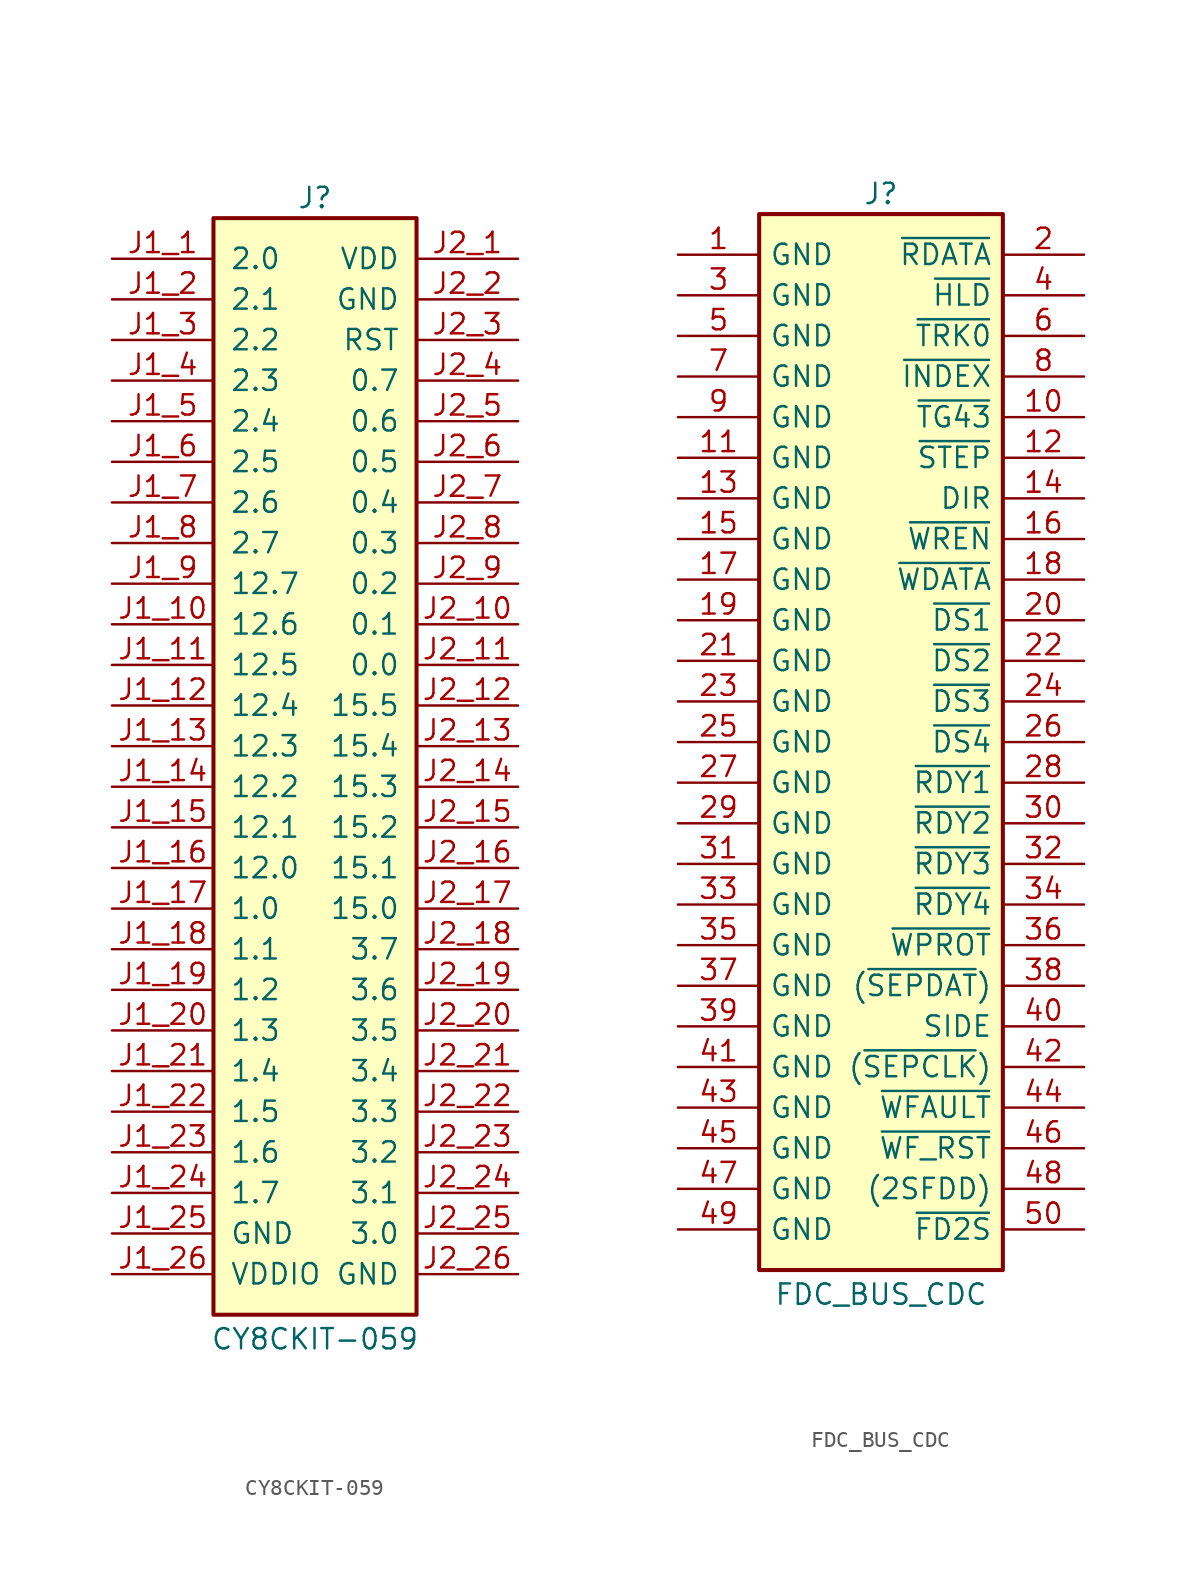
<source format=kicad_sym>
(kicad_symbol_lib
  (version 20231120)
  (generator "kicad_symbol_editor")
  (generator_version "8.0")
  (symbol "CY8CKIT-059"
    (pin_names
      (offset 1.016))
    (property "Reference" "J"
      (at 0 34.29 0)
      (effects (font (size 1.27 1.27))))
    (property "Value" "CY8CKIT-059"
      (at 0 -37.084 0)
      (effects (font (size 1.27 1.27))))
    (symbol "CY8CKIT-059_1_1"
      (rectangle (start -6.35 33.02) (end 6.35 -35.56) (stroke (width 0.254) (type default)) (fill (type background)))
      (pin passive line (at -12.7 30.48 0) (length 6.35) (name "2.0" (effects (font (size 1.27 1.27)))) (number "J1_1" (effects (font (size 1.27 1.27)))))
      (pin passive line (at -12.7 7.62 0) (length 6.35) (name "12.6" (effects (font (size 1.27 1.27)))) (number "J1_10" (effects (font (size 1.27 1.27)))))
      (pin passive line (at -12.7 5.08 0) (length 6.35) (name "12.5" (effects (font (size 1.27 1.27)))) (number "J1_11" (effects (font (size 1.27 1.27)))))
      (pin passive line (at -12.7 2.54 0) (length 6.35) (name "12.4" (effects (font (size 1.27 1.27)))) (number "J1_12" (effects (font (size 1.27 1.27)))))
      (pin passive line (at -12.7 0 0) (length 6.35) (name "12.3" (effects (font (size 1.27 1.27)))) (number "J1_13" (effects (font (size 1.27 1.27)))))
      (pin passive line (at -12.7 -2.54 0) (length 6.35) (name "12.2" (effects (font (size 1.27 1.27)))) (number "J1_14" (effects (font (size 1.27 1.27)))))
      (pin passive line (at -12.7 -5.08 0) (length 6.35) (name "12.1" (effects (font (size 1.27 1.27)))) (number "J1_15" (effects (font (size 1.27 1.27)))))
      (pin passive line (at -12.7 -7.62 0) (length 6.35) (name "12.0" (effects (font (size 1.27 1.27)))) (number "J1_16" (effects (font (size 1.27 1.27)))))
      (pin passive line (at -12.7 -10.16 0) (length 6.35) (name "1.0" (effects (font (size 1.27 1.27)))) (number "J1_17" (effects (font (size 1.27 1.27)))))
      (pin passive line (at -12.7 -12.7 0) (length 6.35) (name "1.1" (effects (font (size 1.27 1.27)))) (number "J1_18" (effects (font (size 1.27 1.27)))))
      (pin passive line (at -12.7 -15.24 0) (length 6.35) (name "1.2" (effects (font (size 1.27 1.27)))) (number "J1_19" (effects (font (size 1.27 1.27)))))
      (pin passive line (at -12.7 27.94 0) (length 6.35) (name "2.1" (effects (font (size 1.27 1.27)))) (number "J1_2" (effects (font (size 1.27 1.27)))))
      (pin passive line (at -12.7 -17.78 0) (length 6.35) (name "1.3" (effects (font (size 1.27 1.27)))) (number "J1_20" (effects (font (size 1.27 1.27)))))
      (pin passive line (at -12.7 -20.32 0) (length 6.35) (name "1.4" (effects (font (size 1.27 1.27)))) (number "J1_21" (effects (font (size 1.27 1.27)))))
      (pin passive line (at -12.7 -22.86 0) (length 6.35) (name "1.5" (effects (font (size 1.27 1.27)))) (number "J1_22" (effects (font (size 1.27 1.27)))))
      (pin passive line (at -12.7 -25.4 0) (length 6.35) (name "1.6" (effects (font (size 1.27 1.27)))) (number "J1_23" (effects (font (size 1.27 1.27)))))
      (pin passive line (at -12.7 -27.94 0) (length 6.35) (name "1.7" (effects (font (size 1.27 1.27)))) (number "J1_24" (effects (font (size 1.27 1.27)))))
      (pin passive line (at -12.7 -30.48 0) (length 6.35) (name "GND" (effects (font (size 1.27 1.27)))) (number "J1_25" (effects (font (size 1.27 1.27)))))
      (pin passive line (at -12.7 -33.02 0) (length 6.35) (name "VDDIO" (effects (font (size 1.27 1.27)))) (number "J1_26" (effects (font (size 1.27 1.27)))))
      (pin passive line (at -12.7 25.4 0) (length 6.35) (name "2.2" (effects (font (size 1.27 1.27)))) (number "J1_3" (effects (font (size 1.27 1.27)))))
      (pin passive line (at -12.7 22.86 0) (length 6.35) (name "2.3" (effects (font (size 1.27 1.27)))) (number "J1_4" (effects (font (size 1.27 1.27)))))
      (pin passive line (at -12.7 20.32 0) (length 6.35) (name "2.4" (effects (font (size 1.27 1.27)))) (number "J1_5" (effects (font (size 1.27 1.27)))))
      (pin passive line (at -12.7 17.78 0) (length 6.35) (name "2.5" (effects (font (size 1.27 1.27)))) (number "J1_6" (effects (font (size 1.27 1.27)))))
      (pin passive line (at -12.7 15.24 0) (length 6.35) (name "2.6" (effects (font (size 1.27 1.27)))) (number "J1_7" (effects (font (size 1.27 1.27)))))
      (pin passive line (at -12.7 12.7 0) (length 6.35) (name "2.7" (effects (font (size 1.27 1.27)))) (number "J1_8" (effects (font (size 1.27 1.27)))))
      (pin passive line (at -12.7 10.16 0) (length 6.35) (name "12.7" (effects (font (size 1.27 1.27)))) (number "J1_9" (effects (font (size 1.27 1.27)))))
      (pin passive line (at 12.7 30.48 180) (length 6.35) (name "VDD" (effects (font (size 1.27 1.27)))) (number "J2_1" (effects (font (size 1.27 1.27)))))
      (pin passive line (at 12.7 7.62 180) (length 6.35) (name "0.1" (effects (font (size 1.27 1.27)))) (number "J2_10" (effects (font (size 1.27 1.27)))))
      (pin passive line (at 12.7 5.08 180) (length 6.35) (name "0.0" (effects (font (size 1.27 1.27)))) (number "J2_11" (effects (font (size 1.27 1.27)))))
      (pin passive line (at 12.7 2.54 180) (length 6.35) (name "15.5" (effects (font (size 1.27 1.27)))) (number "J2_12" (effects (font (size 1.27 1.27)))))
      (pin passive line (at 12.7 0 180) (length 6.35) (name "15.4" (effects (font (size 1.27 1.27)))) (number "J2_13" (effects (font (size 1.27 1.27)))))
      (pin passive line (at 12.7 -2.54 180) (length 6.35) (name "15.3" (effects (font (size 1.27 1.27)))) (number "J2_14" (effects (font (size 1.27 1.27)))))
      (pin passive line (at 12.7 -5.08 180) (length 6.35) (name "15.2" (effects (font (size 1.27 1.27)))) (number "J2_15" (effects (font (size 1.27 1.27)))))
      (pin passive line (at 12.7 -7.62 180) (length 6.35) (name "15.1" (effects (font (size 1.27 1.27)))) (number "J2_16" (effects (font (size 1.27 1.27)))))
      (pin passive line (at 12.7 -10.16 180) (length 6.35) (name "15.0" (effects (font (size 1.27 1.27)))) (number "J2_17" (effects (font (size 1.27 1.27)))))
      (pin passive line (at 12.7 -12.7 180) (length 6.35) (name "3.7" (effects (font (size 1.27 1.27)))) (number "J2_18" (effects (font (size 1.27 1.27)))))
      (pin passive line (at 12.7 -15.24 180) (length 6.35) (name "3.6" (effects (font (size 1.27 1.27)))) (number "J2_19" (effects (font (size 1.27 1.27)))))
      (pin passive line (at 12.7 27.94 180) (length 6.35) (name "GND" (effects (font (size 1.27 1.27)))) (number "J2_2" (effects (font (size 1.27 1.27)))))
      (pin passive line (at 12.7 -17.78 180) (length 6.35) (name "3.5" (effects (font (size 1.27 1.27)))) (number "J2_20" (effects (font (size 1.27 1.27)))))
      (pin passive line (at 12.7 -20.32 180) (length 6.35) (name "3.4" (effects (font (size 1.27 1.27)))) (number "J2_21" (effects (font (size 1.27 1.27)))))
      (pin passive line (at 12.7 -22.86 180) (length 6.35) (name "3.3" (effects (font (size 1.27 1.27)))) (number "J2_22" (effects (font (size 1.27 1.27)))))
      (pin passive line (at 12.7 -25.4 180) (length 6.35) (name "3.2" (effects (font (size 1.27 1.27)))) (number "J2_23" (effects (font (size 1.27 1.27)))))
      (pin passive line (at 12.7 -27.94 180) (length 6.35) (name "3.1" (effects (font (size 1.27 1.27)))) (number "J2_24" (effects (font (size 1.27 1.27)))))
      (pin passive line (at 12.7 -30.48 180) (length 6.35) (name "3.0" (effects (font (size 1.27 1.27)))) (number "J2_25" (effects (font (size 1.27 1.27)))))
      (pin passive line (at 12.7 -33.02 180) (length 6.35) (name "GND" (effects (font (size 1.27 1.27)))) (number "J2_26" (effects (font (size 1.27 1.27)))))
      (pin passive line (at 12.7 25.4 180) (length 6.35) (name "RST" (effects (font (size 1.27 1.27)))) (number "J2_3" (effects (font (size 1.27 1.27)))))
      (pin passive line (at 12.7 22.86 180) (length 6.35) (name "0.7" (effects (font (size 1.27 1.27)))) (number "J2_4" (effects (font (size 1.27 1.27)))))
      (pin passive line (at 12.7 20.32 180) (length 6.35) (name "0.6" (effects (font (size 1.27 1.27)))) (number "J2_5" (effects (font (size 1.27 1.27)))))
      (pin passive line (at 12.7 17.78 180) (length 6.35) (name "0.5" (effects (font (size 1.27 1.27)))) (number "J2_6" (effects (font (size 1.27 1.27)))))
      (pin passive line (at 12.7 15.24 180) (length 6.35) (name "0.4" (effects (font (size 1.27 1.27)))) (number "J2_7" (effects (font (size 1.27 1.27)))))
      (pin passive line (at 12.7 12.7 180) (length 6.35) (name "0.3" (effects (font (size 1.27 1.27)))) (number "J2_8" (effects (font (size 1.27 1.27)))))
      (pin passive line (at 12.7 10.16 180) (length 6.35) (name "0.2" (effects (font (size 1.27 1.27)))) (number "J2_9" (effects (font (size 1.27 1.27)))))))
  (symbol "FDC_BUS_CDC"
    (pin_names
      (offset 0.635))
    (property "Reference" "J"
      (at 0 31.75 0)
      (effects (font (size 1.27 1.27))))
    (property "Value" "FDC_BUS_CDC"
      (at 0 -37.084 0)
      (effects (font (size 1.27 1.27))))
    (symbol "FDC_BUS_CDC_1_1"
      (rectangle (start -7.62 30.48) (end 7.62 -35.56) (stroke (width 0.254) (type default)) (fill (type background)))
      (pin passive line (at -12.7 27.94 0) (length 5.08) (name "GND" (effects (font (size 1.27 1.27)))) (number "1" (effects (font (size 1.27 1.27)))))
      (pin passive line (at 12.7 17.78 180) (length 5.08) (name "~{TG43}" (effects (font (size 1.27 1.27)))) (number "10" (effects (font (size 1.27 1.27)))))
      (pin passive line (at -12.7 15.24 0) (length 5.08) (name "GND" (effects (font (size 1.27 1.27)))) (number "11" (effects (font (size 1.27 1.27)))))
      (pin passive line (at 12.7 15.24 180) (length 5.08) (name "~{STEP}" (effects (font (size 1.27 1.27)))) (number "12" (effects (font (size 1.27 1.27)))))
      (pin passive line (at -12.7 12.7 0) (length 5.08) (name "GND" (effects (font (size 1.27 1.27)))) (number "13" (effects (font (size 1.27 1.27)))))
      (pin passive line (at 12.7 12.7 180) (length 5.08) (name "DIR" (effects (font (size 1.27 1.27)))) (number "14" (effects (font (size 1.27 1.27)))))
      (pin passive line (at -12.7 10.16 0) (length 5.08) (name "GND" (effects (font (size 1.27 1.27)))) (number "15" (effects (font (size 1.27 1.27)))))
      (pin passive line (at 12.7 10.16 180) (length 5.08) (name "~{WREN}" (effects (font (size 1.27 1.27)))) (number "16" (effects (font (size 1.27 1.27)))))
      (pin passive line (at -12.7 7.62 0) (length 5.08) (name "GND" (effects (font (size 1.27 1.27)))) (number "17" (effects (font (size 1.27 1.27)))))
      (pin passive line (at 12.7 7.62 180) (length 5.08) (name "~{WDATA}" (effects (font (size 1.27 1.27)))) (number "18" (effects (font (size 1.27 1.27)))))
      (pin passive line (at -12.7 5.08 0) (length 5.08) (name "GND" (effects (font (size 1.27 1.27)))) (number "19" (effects (font (size 1.27 1.27)))))
      (pin passive line (at 12.7 27.94 180) (length 5.08) (name "~{RDATA}" (effects (font (size 1.27 1.27)))) (number "2" (effects (font (size 1.27 1.27)))))
      (pin passive line (at 12.7 5.08 180) (length 5.08) (name "~{DS1}" (effects (font (size 1.27 1.27)))) (number "20" (effects (font (size 1.27 1.27)))))
      (pin passive line (at -12.7 2.54 0) (length 5.08) (name "GND" (effects (font (size 1.27 1.27)))) (number "21" (effects (font (size 1.27 1.27)))))
      (pin passive line (at 12.7 2.54 180) (length 5.08) (name "~{DS2}" (effects (font (size 1.27 1.27)))) (number "22" (effects (font (size 1.27 1.27)))))
      (pin passive line (at -12.7 0 0) (length 5.08) (name "GND" (effects (font (size 1.27 1.27)))) (number "23" (effects (font (size 1.27 1.27)))))
      (pin passive line (at 12.7 0 180) (length 5.08) (name "~{DS3}" (effects (font (size 1.27 1.27)))) (number "24" (effects (font (size 1.27 1.27)))))
      (pin passive line (at -12.7 -2.54 0) (length 5.08) (name "GND" (effects (font (size 1.27 1.27)))) (number "25" (effects (font (size 1.27 1.27)))))
      (pin passive line (at 12.7 -2.54 180) (length 5.08) (name "~{DS4}" (effects (font (size 1.27 1.27)))) (number "26" (effects (font (size 1.27 1.27)))))
      (pin passive line (at -12.7 -5.08 0) (length 5.08) (name "GND" (effects (font (size 1.27 1.27)))) (number "27" (effects (font (size 1.27 1.27)))))
      (pin passive line (at 12.7 -5.08 180) (length 5.08) (name "~{RDY1}" (effects (font (size 1.27 1.27)))) (number "28" (effects (font (size 1.27 1.27)))))
      (pin passive line (at -12.7 -7.62 0) (length 5.08) (name "GND" (effects (font (size 1.27 1.27)))) (number "29" (effects (font (size 1.27 1.27)))))
      (pin passive line (at -12.7 25.4 0) (length 5.08) (name "GND" (effects (font (size 1.27 1.27)))) (number "3" (effects (font (size 1.27 1.27)))))
      (pin passive line (at 12.7 -7.62 180) (length 5.08) (name "~{RDY2}" (effects (font (size 1.27 1.27)))) (number "30" (effects (font (size 1.27 1.27)))))
      (pin passive line (at -12.7 -10.16 0) (length 5.08) (name "GND" (effects (font (size 1.27 1.27)))) (number "31" (effects (font (size 1.27 1.27)))))
      (pin passive line (at 12.7 -10.16 180) (length 5.08) (name "~{RDY3}" (effects (font (size 1.27 1.27)))) (number "32" (effects (font (size 1.27 1.27)))))
      (pin passive line (at -12.7 -12.7 0) (length 5.08) (name "GND" (effects (font (size 1.27 1.27)))) (number "33" (effects (font (size 1.27 1.27)))))
      (pin passive line (at 12.7 -12.7 180) (length 5.08) (name "~{RDY4}" (effects (font (size 1.27 1.27)))) (number "34" (effects (font (size 1.27 1.27)))))
      (pin passive line (at -12.7 -15.24 0) (length 5.08) (name "GND" (effects (font (size 1.27 1.27)))) (number "35" (effects (font (size 1.27 1.27)))))
      (pin passive line (at 12.7 -15.24 180) (length 5.08) (name "~{WPROT}" (effects (font (size 1.27 1.27)))) (number "36" (effects (font (size 1.27 1.27)))))
      (pin passive line (at -12.7 -17.78 0) (length 5.08) (name "GND" (effects (font (size 1.27 1.27)))) (number "37" (effects (font (size 1.27 1.27)))))
      (pin passive line (at 12.7 -17.78 180) (length 5.08) (name "(~{SEPDAT})" (effects (font (size 1.27 1.27)))) (number "38" (effects (font (size 1.27 1.27)))))
      (pin passive line (at -12.7 -20.32 0) (length 5.08) (name "GND" (effects (font (size 1.27 1.27)))) (number "39" (effects (font (size 1.27 1.27)))))
      (pin passive line (at 12.7 25.4 180) (length 5.08) (name "~{HLD}" (effects (font (size 1.27 1.27)))) (number "4" (effects (font (size 1.27 1.27)))))
      (pin passive line (at 12.7 -20.32 180) (length 5.08) (name "SIDE" (effects (font (size 1.27 1.27)))) (number "40" (effects (font (size 1.27 1.27)))))
      (pin passive line (at -12.7 -22.86 0) (length 5.08) (name "GND" (effects (font (size 1.27 1.27)))) (number "41" (effects (font (size 1.27 1.27)))))
      (pin passive line (at 12.7 -22.86 180) (length 5.08) (name "(~{SEPCLK})" (effects (font (size 1.27 1.27)))) (number "42" (effects (font (size 1.27 1.27)))))
      (pin passive line (at -12.7 -25.4 0) (length 5.08) (name "GND" (effects (font (size 1.27 1.27)))) (number "43" (effects (font (size 1.27 1.27)))))
      (pin passive line (at 12.7 -25.4 180) (length 5.08) (name "~{WFAULT}" (effects (font (size 1.27 1.27)))) (number "44" (effects (font (size 1.27 1.27)))))
      (pin passive line (at -12.7 -27.94 0) (length 5.08) (name "GND" (effects (font (size 1.27 1.27)))) (number "45" (effects (font (size 1.27 1.27)))))
      (pin passive line (at 12.7 -27.94 180) (length 5.08) (name "~{WF_RST}" (effects (font (size 1.27 1.27)))) (number "46" (effects (font (size 1.27 1.27)))))
      (pin passive line (at -12.7 -30.48 0) (length 5.08) (name "GND" (effects (font (size 1.27 1.27)))) (number "47" (effects (font (size 1.27 1.27)))))
      (pin passive line (at 12.7 -30.48 180) (length 5.08) (name "(2SFDD)" (effects (font (size 1.27 1.27)))) (number "48" (effects (font (size 1.27 1.27)))))
      (pin passive line (at -12.7 -33.02 0) (length 5.08) (name "GND" (effects (font (size 1.27 1.27)))) (number "49" (effects (font (size 1.27 1.27)))))
      (pin passive line (at -12.7 22.86 0) (length 5.08) (name "GND" (effects (font (size 1.27 1.27)))) (number "5" (effects (font (size 1.27 1.27)))))
      (pin passive line (at 12.7 -33.02 180) (length 5.08) (name "~{FD2S}" (effects (font (size 1.27 1.27)))) (number "50" (effects (font (size 1.27 1.27)))))
      (pin passive line (at 12.7 22.86 180) (length 5.08) (name "~{TRK0}" (effects (font (size 1.27 1.27)))) (number "6" (effects (font (size 1.27 1.27)))))
      (pin passive line (at -12.7 20.32 0) (length 5.08) (name "GND" (effects (font (size 1.27 1.27)))) (number "7" (effects (font (size 1.27 1.27)))))
      (pin passive line (at 12.7 20.32 180) (length 5.08) (name "~{INDEX}" (effects (font (size 1.27 1.27)))) (number "8" (effects (font (size 1.27 1.27)))))
      (pin passive line (at -12.7 17.78 0) (length 5.08) (name "GND" (effects (font (size 1.27 1.27)))) (number "9" (effects (font (size 1.27 1.27))))))))
</source>
